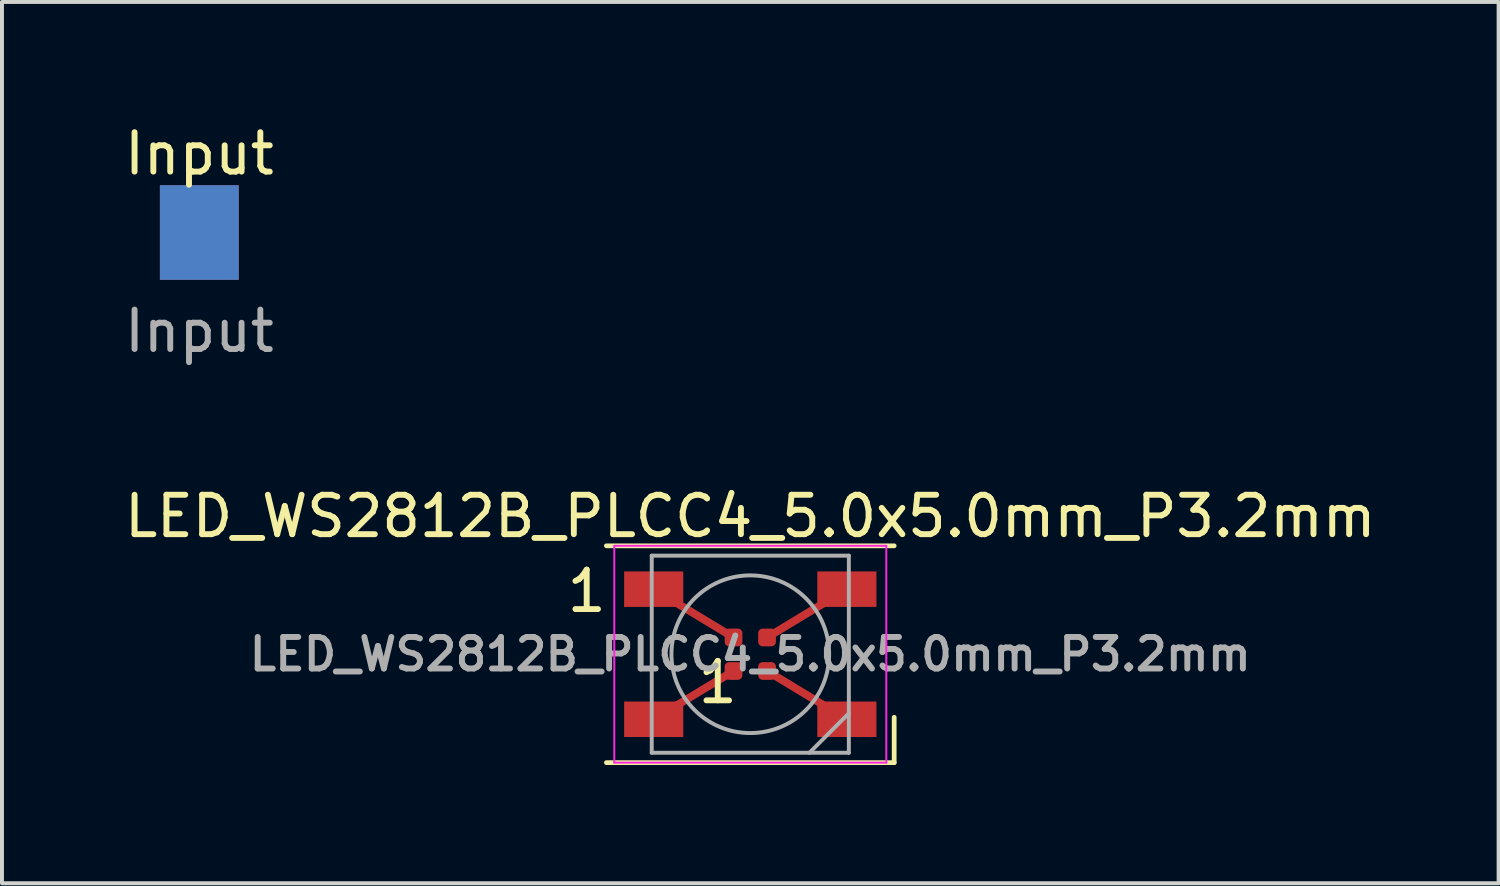
<source format=kicad_pcb>
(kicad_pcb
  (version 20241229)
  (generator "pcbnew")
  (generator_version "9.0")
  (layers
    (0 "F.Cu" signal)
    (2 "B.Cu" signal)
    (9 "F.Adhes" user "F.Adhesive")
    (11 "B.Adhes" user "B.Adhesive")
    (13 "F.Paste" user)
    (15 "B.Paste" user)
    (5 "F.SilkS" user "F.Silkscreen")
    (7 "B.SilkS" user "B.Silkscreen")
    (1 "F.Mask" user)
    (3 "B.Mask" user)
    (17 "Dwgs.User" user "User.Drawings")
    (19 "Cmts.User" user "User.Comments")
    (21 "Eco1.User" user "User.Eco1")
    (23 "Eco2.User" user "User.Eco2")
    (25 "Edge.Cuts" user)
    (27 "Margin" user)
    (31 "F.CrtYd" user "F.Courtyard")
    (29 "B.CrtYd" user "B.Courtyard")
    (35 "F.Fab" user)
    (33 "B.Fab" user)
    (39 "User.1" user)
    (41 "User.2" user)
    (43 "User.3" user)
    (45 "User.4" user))
  (footprint "LED_WS2812B_PLCC4_5.0x5.0mm_P3.2mm"
    (layer "F.Cu")
    (at 15.982 13.545)
    (property "Reference" "LED_WS2812B_PLCC4_5.0x5.0mm_P3.2mm" (at 0 -3.5 0) (layer "F.SilkS") (effects (font (size 1 1) (thickness 0.15))))
    (attr smd)
    (fp_line (start -0.425 -0.425) (end -2.45 -1.65) (stroke (width 0.2) (type default)) (layer "F.Cu"))
    (fp_line (start -0.425 0.425) (end -2.45 1.65) (stroke (width 0.2) (type default)) (layer "F.Cu"))
    (fp_line (start 0.425 -0.425) (end 2.45 -1.65) (stroke (width 0.2) (type default)) (layer "F.Cu"))
    (fp_line (start 0.425 0.425) (end 2.45 1.65) (stroke (width 0.2) (type default)) (layer "F.Cu"))
    (fp_line (start -3.65 -2.75) (end 3.65 -2.75) (stroke (width 0.12) (type solid)) (layer "F.SilkS"))
    (fp_line (start -3.65 2.75) (end 3.65 2.75) (stroke (width 0.12) (type solid)) (layer "F.SilkS"))
    (fp_line (start 3.65 2.75) (end 3.65 1.6) (stroke (width 0.12) (type solid)) (layer "F.SilkS"))
    (fp_line (start -3.45 -2.75) (end -3.45 2.75) (stroke (width 0.05) (type solid)) (layer "F.CrtYd"))
    (fp_line (start -3.45 2.75) (end 3.45 2.75) (stroke (width 0.05) (type solid)) (layer "F.CrtYd"))
    (fp_line (start 3.45 -2.75) (end -3.45 -2.75) (stroke (width 0.05) (type solid)) (layer "F.CrtYd"))
    (fp_line (start 3.45 2.75) (end 3.45 -2.75) (stroke (width 0.05) (type solid)) (layer "F.CrtYd"))
    (fp_line (start -2.5 -2.5) (end -2.5 2.5) (stroke (width 0.1) (type solid)) (layer "F.Fab"))
    (fp_line (start -2.5 2.5) (end 2.5 2.5) (stroke (width 0.1) (type solid)) (layer "F.Fab"))
    (fp_line (start 2.5 -2.5) (end -2.5 -2.5) (stroke (width 0.1) (type solid)) (layer "F.Fab"))
    (fp_line (start 2.5 1.5) (end 1.5 2.5) (stroke (width 0.1) (type solid)) (layer "F.Fab"))
    (fp_line (start 2.5 2.5) (end 2.5 -2.5) (stroke (width 0.1) (type solid)) (layer "F.Fab"))
    (fp_circle (center 0 0) (end 0 -2) (stroke (width 0.1) (type solid)) (fill no) (layer "F.Fab"))
    (fp_text user "1" (at -1.4 1.3 0) (unlocked yes) (layer "F.SilkS") (effects (font (size 1 1) (thickness 0.15)) (justify left bottom)))
    (fp_text user "1" (at -4.15 -1.6 0) (layer "F.SilkS") (effects (font (size 1 1) (thickness 0.15))))
    (fp_text user "${REFERENCE}" (at 0 0 0) (layer "F.Fab") (effects (font (size 0.8 0.8) (thickness 0.15))))
    (pad "" smd roundrect (at -0.425 -0.425) (size 0.45 0.45) (layers "F.Cu" "F.Mask" "F.Paste") (roundrect_rratio 0.25))
    (pad "" smd roundrect (at -0.425 0.425) (size 0.45 0.45) (layers "F.Cu" "F.Mask" "F.Paste") (roundrect_rratio 0.25))
    (pad "" smd roundrect (at 0.425 -0.425) (size 0.45 0.45) (layers "F.Cu" "F.Mask" "F.Paste") (roundrect_rratio 0.25))
    (pad "" smd roundrect (at 0.425 0.425) (size 0.45 0.45) (layers "F.Cu" "F.Mask" "F.Paste") (roundrect_rratio 0.25))
    (pad "1" smd rect (at -2.45 -1.65) (size 1.5 0.9) (layers "F.Cu" "F.Mask" "F.Paste"))
    (pad "2" smd rect (at -2.45 1.65) (size 1.5 0.9) (layers "F.Cu" "F.Mask" "F.Paste"))
    (pad "3" smd rect (at 2.45 1.65) (size 1.5 0.9) (layers "F.Cu" "F.Mask" "F.Paste"))
    (pad "4" smd rect (at 2.45 -1.65) (size 1.5 0.9) (layers "F.Cu" "F.Mask" "F.Paste")))
  (footprint "Input"
    (layer "F.Cu")
    (at 2.006 2.848)
    (property "Reference" "Input" (at 0 -2 0) (unlocked yes) (layer "F.SilkS") (effects (font (size 1 1) (thickness 0.15))))
    (attr smd)
    (fp_text user "${REFERENCE}" (at 0 2.5 0) (unlocked yes) (layer "F.Fab") (effects (font (size 1 1) (thickness 0.15))))
    (pad "1" smd rect (at 0 0) (size 2 2.4) (layers "F.Cu" "F.Mask"))
    (pad "1" smd rect (at 0 0) (size 2 2.4) (layers "B.Cu" "B.Mask")))
  (gr_rect
    (start -3 -3)
    (end 34.964 19.355)
    (stroke (width 0.1) (type default))
    (fill no)
    (layer "Edge.Cuts")))
</source>
